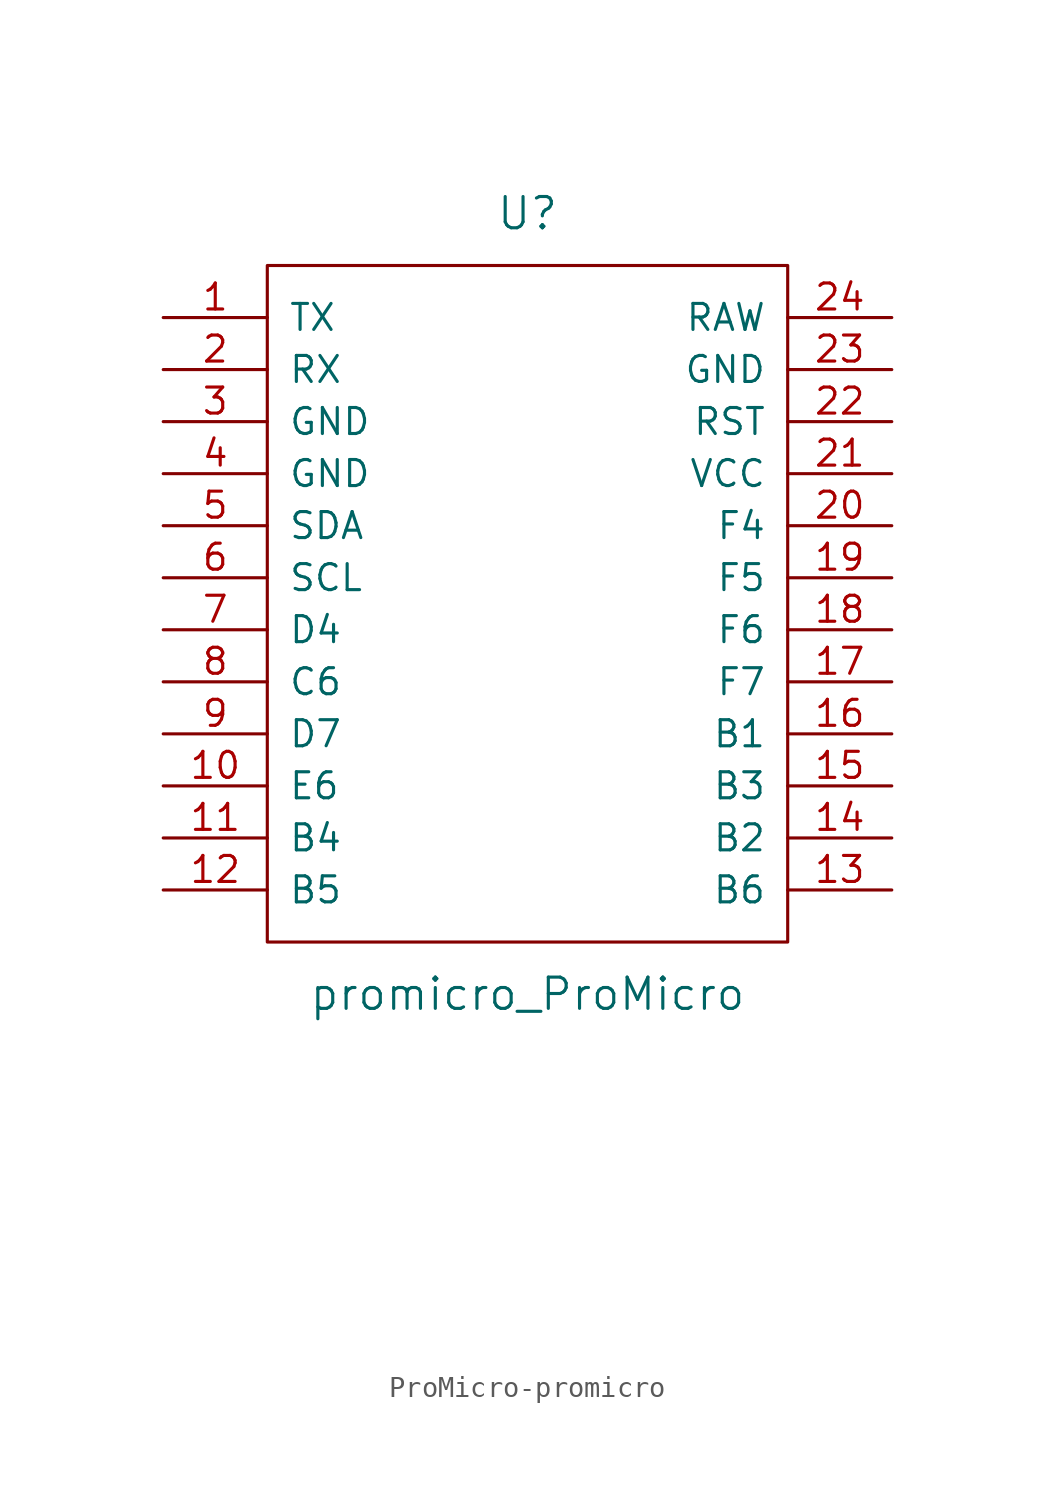
<source format=kicad_sym>
(kicad_symbol_lib
  (version 20220914)
  (generator kicad_symbol_editor)
  (symbol "ProMicro-promicro"
    (pin_names
      (offset 1.016))
    (property "Reference" "U"
      (at 0 24.13 0)
      (effects (font (size 1.524 1.524))))
    (property "Value" "promicro_ProMicro"
      (at 0 -13.97 0)
      (effects (font (size 1.524 1.524))))
    (property "Footprint" ""
      (at 2.54 -26.67 0)
      (effects (font (size 1.524 1.524))))
    (property "Datasheet" ""
      (at 2.54 -26.67 0)
      (effects (font (size 1.524 1.524))))
    (symbol "ProMicro-promicro_0_1"
      (rectangle (start -12.7 21.59) (end 12.7 -11.43) (stroke (width 0) (type solid)) (fill (type none))))
    (symbol "ProMicro-promicro_1_1"
      (pin bidirectional line (at -17.78 19.05 0) (length 5.08) (name "TX" (effects (font (size 1.27 1.27)))) (number "1" (effects (font (size 1.27 1.27)))))
      (pin bidirectional line (at -17.78 -3.81 0) (length 5.08) (name "E6" (effects (font (size 1.27 1.27)))) (number "10" (effects (font (size 1.27 1.27)))))
      (pin bidirectional line (at -17.78 -6.35 0) (length 5.08) (name "B4" (effects (font (size 1.27 1.27)))) (number "11" (effects (font (size 1.27 1.27)))))
      (pin bidirectional line (at -17.78 -8.89 0) (length 5.08) (name "B5" (effects (font (size 1.27 1.27)))) (number "12" (effects (font (size 1.27 1.27)))))
      (pin bidirectional line (at 17.78 -8.89 180) (length 5.08) (name "B6" (effects (font (size 1.27 1.27)))) (number "13" (effects (font (size 1.27 1.27)))))
      (pin bidirectional line (at 17.78 -6.35 180) (length 5.08) (name "B2" (effects (font (size 1.27 1.27)))) (number "14" (effects (font (size 1.27 1.27)))))
      (pin bidirectional line (at 17.78 -3.81 180) (length 5.08) (name "B3" (effects (font (size 1.27 1.27)))) (number "15" (effects (font (size 1.27 1.27)))))
      (pin bidirectional line (at 17.78 -1.27 180) (length 5.08) (name "B1" (effects (font (size 1.27 1.27)))) (number "16" (effects (font (size 1.27 1.27)))))
      (pin bidirectional line (at 17.78 1.27 180) (length 5.08) (name "F7" (effects (font (size 1.27 1.27)))) (number "17" (effects (font (size 1.27 1.27)))))
      (pin bidirectional line (at 17.78 3.81 180) (length 5.08) (name "F6" (effects (font (size 1.27 1.27)))) (number "18" (effects (font (size 1.27 1.27)))))
      (pin bidirectional line (at 17.78 6.35 180) (length 5.08) (name "F5" (effects (font (size 1.27 1.27)))) (number "19" (effects (font (size 1.27 1.27)))))
      (pin bidirectional line (at -17.78 16.51 0) (length 5.08) (name "RX" (effects (font (size 1.27 1.27)))) (number "2" (effects (font (size 1.27 1.27)))))
      (pin bidirectional line (at 17.78 8.89 180) (length 5.08) (name "F4" (effects (font (size 1.27 1.27)))) (number "20" (effects (font (size 1.27 1.27)))))
      (pin power_in line (at 17.78 11.43 180) (length 5.08) (name "VCC" (effects (font (size 1.27 1.27)))) (number "21" (effects (font (size 1.27 1.27)))))
      (pin input line (at 17.78 13.97 180) (length 5.08) (name "RST" (effects (font (size 1.27 1.27)))) (number "22" (effects (font (size 1.27 1.27)))))
      (pin power_in line (at 17.78 16.51 180) (length 5.08) (name "GND" (effects (font (size 1.27 1.27)))) (number "23" (effects (font (size 1.27 1.27)))))
      (pin power_out line (at 17.78 19.05 180) (length 5.08) (name "RAW" (effects (font (size 1.27 1.27)))) (number "24" (effects (font (size 1.27 1.27)))))
      (pin power_in line (at -17.78 13.97 0) (length 5.08) (name "GND" (effects (font (size 1.27 1.27)))) (number "3" (effects (font (size 1.27 1.27)))))
      (pin power_in line (at -17.78 11.43 0) (length 5.08) (name "GND" (effects (font (size 1.27 1.27)))) (number "4" (effects (font (size 1.27 1.27)))))
      (pin bidirectional line (at -17.78 8.89 0) (length 5.08) (name "SDA" (effects (font (size 1.27 1.27)))) (number "5" (effects (font (size 1.27 1.27)))))
      (pin bidirectional line (at -17.78 6.35 0) (length 5.08) (name "SCL" (effects (font (size 1.27 1.27)))) (number "6" (effects (font (size 1.27 1.27)))))
      (pin bidirectional line (at -17.78 3.81 0) (length 5.08) (name "D4" (effects (font (size 1.27 1.27)))) (number "7" (effects (font (size 1.27 1.27)))))
      (pin bidirectional line (at -17.78 1.27 0) (length 5.08) (name "C6" (effects (font (size 1.27 1.27)))) (number "8" (effects (font (size 1.27 1.27)))))
      (pin bidirectional line (at -17.78 -1.27 0) (length 5.08) (name "D7" (effects (font (size 1.27 1.27)))) (number "9" (effects (font (size 1.27 1.27))))))))
</source>
